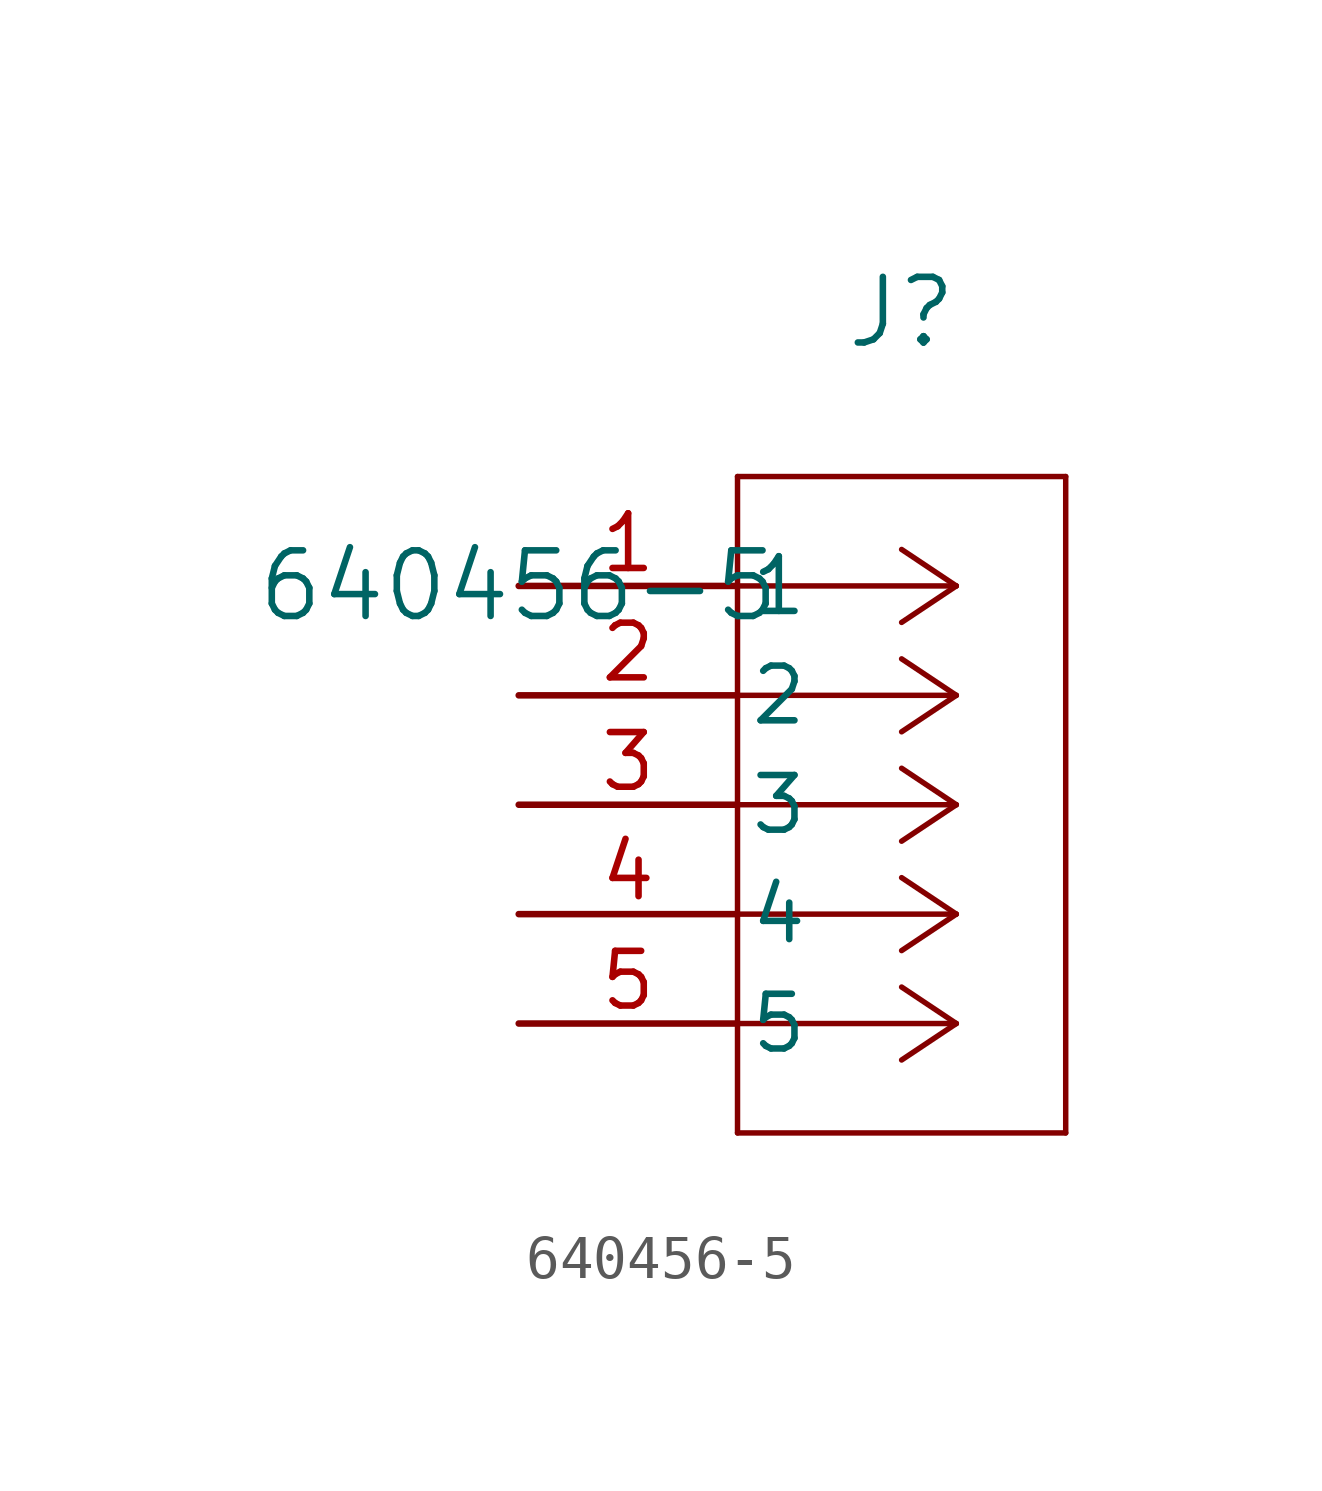
<source format=kicad_sym>
(kicad_symbol_lib
  (version 20211014)
  (generator kicad_symbol_editor)
  (symbol "640456-5"
    (pin_names
      (offset 0.254))
    (property "Reference" "J"
      (at 8.89 6.35 0)
      (effects (font (size 1.524 1.524))))
    (property "Value" "640456-5"
      (at 0 0 0)
      (effects (font (size 1.524 1.524))))
    (symbol "640456-5_0_1"
      (polyline (pts (xy 10.16 0) (xy 5.08 0)) (stroke (width 0.127) (type default) (color 0 0 0 0)) (fill (type none)))
      (polyline (pts (xy 10.16 -2.54) (xy 5.08 -2.54)) (stroke (width 0.127) (type default) (color 0 0 0 0)) (fill (type none)))
      (polyline (pts (xy 10.16 -5.08) (xy 5.08 -5.08)) (stroke (width 0.127) (type default) (color 0 0 0 0)) (fill (type none)))
      (polyline (pts (xy 10.16 -7.62) (xy 5.08 -7.62)) (stroke (width 0.127) (type default) (color 0 0 0 0)) (fill (type none)))
      (polyline (pts (xy 10.16 -10.16) (xy 5.08 -10.16)) (stroke (width 0.127) (type default) (color 0 0 0 0)) (fill (type none)))
      (polyline (pts (xy 10.16 0) (xy 8.89 0.847)) (stroke (width 0.127) (type default) (color 0 0 0 0)) (fill (type none)))
      (polyline (pts (xy 10.16 -2.54) (xy 8.89 -1.693)) (stroke (width 0.127) (type default) (color 0 0 0 0)) (fill (type none)))
      (polyline (pts (xy 10.16 -5.08) (xy 8.89 -4.233)) (stroke (width 0.127) (type default) (color 0 0 0 0)) (fill (type none)))
      (polyline (pts (xy 10.16 -7.62) (xy 8.89 -6.773)) (stroke (width 0.127) (type default) (color 0 0 0 0)) (fill (type none)))
      (polyline (pts (xy 10.16 -10.16) (xy 8.89 -9.313)) (stroke (width 0.127) (type default) (color 0 0 0 0)) (fill (type none)))
      (polyline (pts (xy 10.16 0) (xy 8.89 -0.847)) (stroke (width 0.127) (type default) (color 0 0 0 0)) (fill (type none)))
      (polyline (pts (xy 10.16 -2.54) (xy 8.89 -3.387)) (stroke (width 0.127) (type default) (color 0 0 0 0)) (fill (type none)))
      (polyline (pts (xy 10.16 -5.08) (xy 8.89 -5.927)) (stroke (width 0.127) (type default) (color 0 0 0 0)) (fill (type none)))
      (polyline (pts (xy 10.16 -7.62) (xy 8.89 -8.467)) (stroke (width 0.127) (type default) (color 0 0 0 0)) (fill (type none)))
      (polyline (pts (xy 10.16 -10.16) (xy 8.89 -11.007)) (stroke (width 0.127) (type default) (color 0 0 0 0)) (fill (type none)))
      (polyline (pts (xy 5.08 2.54) (xy 5.08 -12.7)) (stroke (width 0.127) (type default) (color 0 0 0 0)) (fill (type none)))
      (polyline (pts (xy 5.08 -12.7) (xy 12.7 -12.7)) (stroke (width 0.127) (type default) (color 0 0 0 0)) (fill (type none)))
      (polyline (pts (xy 12.7 -12.7) (xy 12.7 2.54)) (stroke (width 0.127) (type default) (color 0 0 0 0)) (fill (type none)))
      (polyline (pts (xy 12.7 2.54) (xy 5.08 2.54)) (stroke (width 0.127) (type default) (color 0 0 0 0)) (fill (type none)))
      (pin unspecified line (at 0 0 0) (length 5.08) (name "1" (effects (font (size 1.27 1.27)))) (number "1" (effects (font (size 1.27 1.27)))))
      (pin unspecified line (at 0 -2.54 0) (length 5.08) (name "2" (effects (font (size 1.27 1.27)))) (number "2" (effects (font (size 1.27 1.27)))))
      (pin unspecified line (at 0 -5.08 0) (length 5.08) (name "3" (effects (font (size 1.27 1.27)))) (number "3" (effects (font (size 1.27 1.27)))))
      (pin unspecified line (at 0 -7.62 0) (length 5.08) (name "4" (effects (font (size 1.27 1.27)))) (number "4" (effects (font (size 1.27 1.27)))))
      (pin unspecified line (at 0 -10.16 0) (length 5.08) (name "5" (effects (font (size 1.27 1.27)))) (number "5" (effects (font (size 1.27 1.27))))))))
</source>
